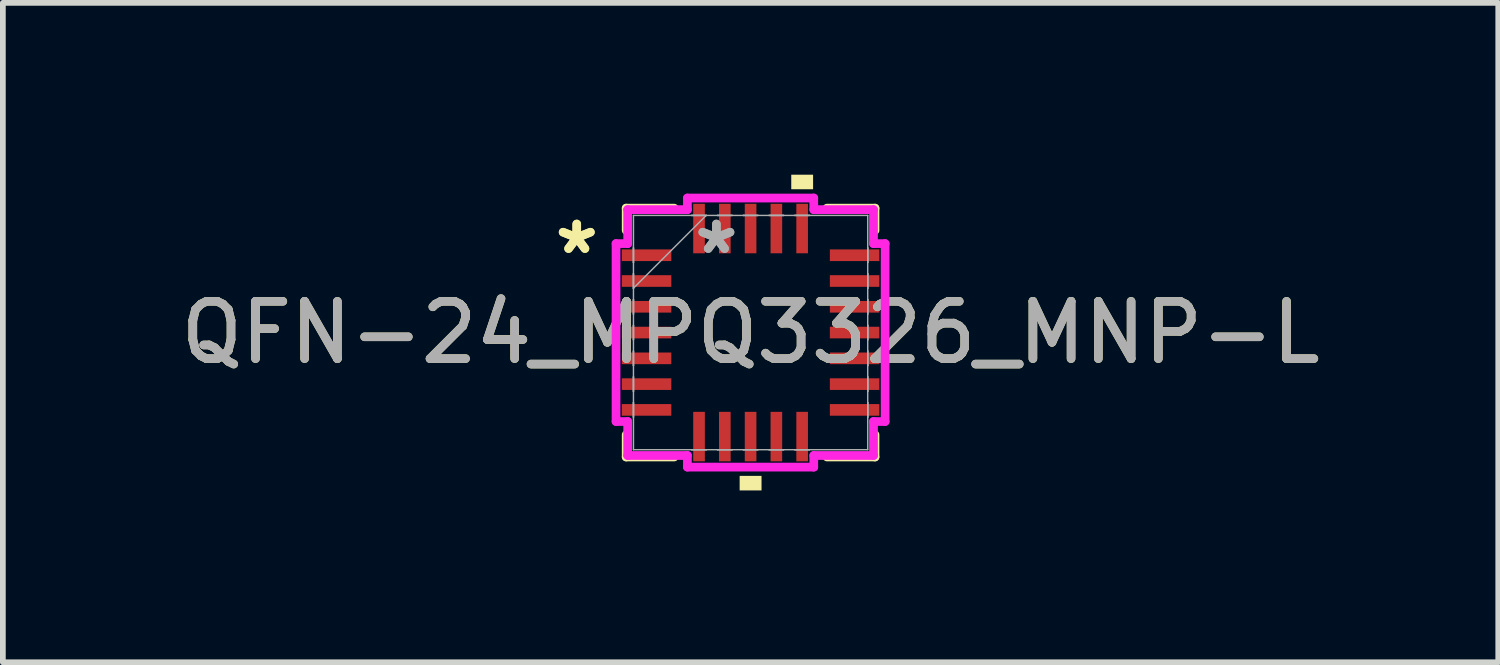
<source format=kicad_pcb>
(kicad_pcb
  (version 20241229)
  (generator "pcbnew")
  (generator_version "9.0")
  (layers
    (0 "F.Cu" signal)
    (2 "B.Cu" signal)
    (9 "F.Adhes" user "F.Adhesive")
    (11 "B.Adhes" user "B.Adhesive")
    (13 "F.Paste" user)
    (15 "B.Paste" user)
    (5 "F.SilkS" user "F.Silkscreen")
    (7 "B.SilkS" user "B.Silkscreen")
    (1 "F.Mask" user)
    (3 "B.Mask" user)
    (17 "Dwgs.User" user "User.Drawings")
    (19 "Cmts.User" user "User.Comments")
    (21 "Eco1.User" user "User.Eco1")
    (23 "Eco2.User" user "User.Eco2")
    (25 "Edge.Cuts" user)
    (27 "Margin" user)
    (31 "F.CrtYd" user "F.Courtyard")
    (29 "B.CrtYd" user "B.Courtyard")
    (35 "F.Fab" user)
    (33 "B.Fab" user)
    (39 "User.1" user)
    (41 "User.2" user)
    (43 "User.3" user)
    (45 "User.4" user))
  (footprint "QFN-24_MPQ3326_MNP-L"
    (layer "F.Cu")
    (at 10.054 2.756)
    (property "Reference" "QFN-24_MPQ3326_MNP-L" (at 0 0 0) (unlocked yes) (layer "F.SilkS") (effects (font (size 1 1) (thickness 0.15))))
    (attr smd)
    (fp_line (start -2.172 -2.172) (end -2.172 -1.784) (stroke (width 0.152) (type solid)) (layer "F.SilkS"))
    (fp_line (start -2.172 1.784) (end -2.172 2.172) (stroke (width 0.152) (type solid)) (layer "F.SilkS"))
    (fp_line (start -2.172 2.172) (end -1.334 2.172) (stroke (width 0.152) (type solid)) (layer "F.SilkS"))
    (fp_line (start -1.334 -2.172) (end -2.172 -2.172) (stroke (width 0.152) (type solid)) (layer "F.SilkS"))
    (fp_line (start 1.334 2.172) (end 2.172 2.172) (stroke (width 0.152) (type solid)) (layer "F.SilkS"))
    (fp_line (start 2.172 -2.172) (end 1.334 -2.172) (stroke (width 0.152) (type solid)) (layer "F.SilkS"))
    (fp_line (start 2.172 -1.784) (end 2.172 -2.172) (stroke (width 0.152) (type solid)) (layer "F.SilkS"))
    (fp_line (start 2.172 2.172) (end 2.172 1.784) (stroke (width 0.152) (type solid)) (layer "F.SilkS"))
    (fp_poly (pts (xy -0.191 2.502) (xy -0.191 2.756) (xy 0.191 2.756) (xy 0.191 2.502)) (stroke (width 0) (type solid)) (fill yes) (layer "F.SilkS"))
    (fp_poly (pts (xy 0.71 -2.502) (xy 0.71 -2.756) (xy 1.091 -2.756) (xy 1.091 -2.502)) (stroke (width 0) (type solid)) (fill yes) (layer "F.SilkS"))
    (fp_line (start -2.349 -1.553) (end -2.146 -1.553) (stroke (width 0.152) (type solid)) (layer "F.CrtYd"))
    (fp_line (start -2.349 1.553) (end -2.349 -1.553) (stroke (width 0.152) (type solid)) (layer "F.CrtYd"))
    (fp_line (start -2.146 -2.146) (end -1.103 -2.146) (stroke (width 0.152) (type solid)) (layer "F.CrtYd"))
    (fp_line (start -2.146 -1.553) (end -2.146 -2.146) (stroke (width 0.152) (type solid)) (layer "F.CrtYd"))
    (fp_line (start -2.146 1.553) (end -2.349 1.553) (stroke (width 0.152) (type solid)) (layer "F.CrtYd"))
    (fp_line (start -2.146 2.146) (end -2.146 1.553) (stroke (width 0.152) (type solid)) (layer "F.CrtYd"))
    (fp_line (start -1.103 -2.349) (end 1.103 -2.349) (stroke (width 0.152) (type solid)) (layer "F.CrtYd"))
    (fp_line (start -1.103 -2.146) (end -1.103 -2.349) (stroke (width 0.152) (type solid)) (layer "F.CrtYd"))
    (fp_line (start -1.103 2.146) (end -2.146 2.146) (stroke (width 0.152) (type solid)) (layer "F.CrtYd"))
    (fp_line (start -1.103 2.349) (end -1.103 2.146) (stroke (width 0.152) (type solid)) (layer "F.CrtYd"))
    (fp_line (start 1.103 -2.349) (end 1.103 -2.146) (stroke (width 0.152) (type solid)) (layer "F.CrtYd"))
    (fp_line (start 1.103 -2.146) (end 2.146 -2.146) (stroke (width 0.152) (type solid)) (layer "F.CrtYd"))
    (fp_line (start 1.103 2.146) (end 1.103 2.349) (stroke (width 0.152) (type solid)) (layer "F.CrtYd"))
    (fp_line (start 1.103 2.349) (end -1.103 2.349) (stroke (width 0.152) (type solid)) (layer "F.CrtYd"))
    (fp_line (start 2.146 -2.146) (end 2.146 -1.553) (stroke (width 0.152) (type solid)) (layer "F.CrtYd"))
    (fp_line (start 2.146 -1.553) (end 2.349 -1.553) (stroke (width 0.152) (type solid)) (layer "F.CrtYd"))
    (fp_line (start 2.146 1.553) (end 2.146 2.146) (stroke (width 0.152) (type solid)) (layer "F.CrtYd"))
    (fp_line (start 2.146 2.146) (end 1.103 2.146) (stroke (width 0.152) (type solid)) (layer "F.CrtYd"))
    (fp_line (start 2.349 -1.553) (end 2.349 1.553) (stroke (width 0.152) (type solid)) (layer "F.CrtYd"))
    (fp_line (start 2.349 1.553) (end 2.146 1.553) (stroke (width 0.152) (type solid)) (layer "F.CrtYd"))
    (fp_line (start -2.045 -2.045) (end -2.045 2.045) (stroke (width 0.025) (type solid)) (layer "F.Fab"))
    (fp_line (start -2.045 -1.477) (end -2.045 -1.477) (stroke (width 0.025) (type solid)) (layer "F.Fab"))
    (fp_line (start -2.045 -1.477) (end -2.045 -1.223) (stroke (width 0.025) (type solid)) (layer "F.Fab"))
    (fp_line (start -2.045 -1.223) (end -2.045 -1.477) (stroke (width 0.025) (type solid)) (layer "F.Fab"))
    (fp_line (start -2.045 -1.223) (end -2.045 -1.223) (stroke (width 0.025) (type solid)) (layer "F.Fab"))
    (fp_line (start -2.045 -1.027) (end -2.045 -1.027) (stroke (width 0.025) (type solid)) (layer "F.Fab"))
    (fp_line (start -2.045 -1.027) (end -2.045 -0.773) (stroke (width 0.025) (type solid)) (layer "F.Fab"))
    (fp_line (start -2.045 -0.775) (end -0.775 -2.045) (stroke (width 0.025) (type solid)) (layer "F.Fab"))
    (fp_line (start -2.045 -0.773) (end -2.045 -1.027) (stroke (width 0.025) (type solid)) (layer "F.Fab"))
    (fp_line (start -2.045 -0.773) (end -2.045 -0.773) (stroke (width 0.025) (type solid)) (layer "F.Fab"))
    (fp_line (start -2.045 -0.577) (end -2.045 -0.577) (stroke (width 0.025) (type solid)) (layer "F.Fab"))
    (fp_line (start -2.045 -0.577) (end -2.045 -0.323) (stroke (width 0.025) (type solid)) (layer "F.Fab"))
    (fp_line (start -2.045 -0.323) (end -2.045 -0.577) (stroke (width 0.025) (type solid)) (layer "F.Fab"))
    (fp_line (start -2.045 -0.323) (end -2.045 -0.323) (stroke (width 0.025) (type solid)) (layer "F.Fab"))
    (fp_line (start -2.045 -0.127) (end -2.045 -0.127) (stroke (width 0.025) (type solid)) (layer "F.Fab"))
    (fp_line (start -2.045 -0.127) (end -2.045 0.127) (stroke (width 0.025) (type solid)) (layer "F.Fab"))
    (fp_line (start -2.045 0.127) (end -2.045 -0.127) (stroke (width 0.025) (type solid)) (layer "F.Fab"))
    (fp_line (start -2.045 0.127) (end -2.045 0.127) (stroke (width 0.025) (type solid)) (layer "F.Fab"))
    (fp_line (start -2.045 0.323) (end -2.045 0.323) (stroke (width 0.025) (type solid)) (layer "F.Fab"))
    (fp_line (start -2.045 0.323) (end -2.045 0.577) (stroke (width 0.025) (type solid)) (layer "F.Fab"))
    (fp_line (start -2.045 0.577) (end -2.045 0.323) (stroke (width 0.025) (type solid)) (layer "F.Fab"))
    (fp_line (start -2.045 0.577) (end -2.045 0.577) (stroke (width 0.025) (type solid)) (layer "F.Fab"))
    (fp_line (start -2.045 0.773) (end -2.045 0.773) (stroke (width 0.025) (type solid)) (layer "F.Fab"))
    (fp_line (start -2.045 0.773) (end -2.045 1.027) (stroke (width 0.025) (type solid)) (layer "F.Fab"))
    (fp_line (start -2.045 1.027) (end -2.045 0.773) (stroke (width 0.025) (type solid)) (layer "F.Fab"))
    (fp_line (start -2.045 1.027) (end -2.045 1.027) (stroke (width 0.025) (type solid)) (layer "F.Fab"))
    (fp_line (start -2.045 1.223) (end -2.045 1.223) (stroke (width 0.025) (type solid)) (layer "F.Fab"))
    (fp_line (start -2.045 1.223) (end -2.045 1.477) (stroke (width 0.025) (type solid)) (layer "F.Fab"))
    (fp_line (start -2.045 1.477) (end -2.045 1.223) (stroke (width 0.025) (type solid)) (layer "F.Fab"))
    (fp_line (start -2.045 1.477) (end -2.045 1.477) (stroke (width 0.025) (type solid)) (layer "F.Fab"))
    (fp_line (start -2.045 2.045) (end 2.045 2.045) (stroke (width 0.025) (type solid)) (layer "F.Fab"))
    (fp_line (start -1.027 -2.045) (end -1.027 -2.045) (stroke (width 0.025) (type solid)) (layer "F.Fab"))
    (fp_line (start -1.027 -2.045) (end -0.773 -2.045) (stroke (width 0.025) (type solid)) (layer "F.Fab"))
    (fp_line (start -1.027 2.045) (end -1.027 2.045) (stroke (width 0.025) (type solid)) (layer "F.Fab"))
    (fp_line (start -1.027 2.045) (end -0.773 2.045) (stroke (width 0.025) (type solid)) (layer "F.Fab"))
    (fp_line (start -0.773 -2.045) (end -1.027 -2.045) (stroke (width 0.025) (type solid)) (layer "F.Fab"))
    (fp_line (start -0.773 -2.045) (end -0.773 -2.045) (stroke (width 0.025) (type solid)) (layer "F.Fab"))
    (fp_line (start -0.773 2.045) (end -1.027 2.045) (stroke (width 0.025) (type solid)) (layer "F.Fab"))
    (fp_line (start -0.773 2.045) (end -0.773 2.045) (stroke (width 0.025) (type solid)) (layer "F.Fab"))
    (fp_line (start -0.577 -2.045) (end -0.577 -2.045) (stroke (width 0.025) (type solid)) (layer "F.Fab"))
    (fp_line (start -0.577 -2.045) (end -0.323 -2.045) (stroke (width 0.025) (type solid)) (layer "F.Fab"))
    (fp_line (start -0.577 2.045) (end -0.577 2.045) (stroke (width 0.025) (type solid)) (layer "F.Fab"))
    (fp_line (start -0.577 2.045) (end -0.323 2.045) (stroke (width 0.025) (type solid)) (layer "F.Fab"))
    (fp_line (start -0.323 -2.045) (end -0.577 -2.045) (stroke (width 0.025) (type solid)) (layer "F.Fab"))
    (fp_line (start -0.323 -2.045) (end -0.323 -2.045) (stroke (width 0.025) (type solid)) (layer "F.Fab"))
    (fp_line (start -0.323 2.045) (end -0.577 2.045) (stroke (width 0.025) (type solid)) (layer "F.Fab"))
    (fp_line (start -0.323 2.045) (end -0.323 2.045) (stroke (width 0.025) (type solid)) (layer "F.Fab"))
    (fp_line (start -0.127 -2.045) (end -0.127 -2.045) (stroke (width 0.025) (type solid)) (layer "F.Fab"))
    (fp_line (start -0.127 -2.045) (end 0.127 -2.045) (stroke (width 0.025) (type solid)) (layer "F.Fab"))
    (fp_line (start -0.127 2.045) (end -0.127 2.045) (stroke (width 0.025) (type solid)) (layer "F.Fab"))
    (fp_line (start -0.127 2.045) (end 0.127 2.045) (stroke (width 0.025) (type solid)) (layer "F.Fab"))
    (fp_line (start 0.127 -2.045) (end -0.127 -2.045) (stroke (width 0.025) (type solid)) (layer "F.Fab"))
    (fp_line (start 0.127 -2.045) (end 0.127 -2.045) (stroke (width 0.025) (type solid)) (layer "F.Fab"))
    (fp_line (start 0.127 2.045) (end -0.127 2.045) (stroke (width 0.025) (type solid)) (layer "F.Fab"))
    (fp_line (start 0.127 2.045) (end 0.127 2.045) (stroke (width 0.025) (type solid)) (layer "F.Fab"))
    (fp_line (start 0.323 -2.045) (end 0.323 -2.045) (stroke (width 0.025) (type solid)) (layer "F.Fab"))
    (fp_line (start 0.323 -2.045) (end 0.577 -2.045) (stroke (width 0.025) (type solid)) (layer "F.Fab"))
    (fp_line (start 0.323 2.045) (end 0.323 2.045) (stroke (width 0.025) (type solid)) (layer "F.Fab"))
    (fp_line (start 0.323 2.045) (end 0.577 2.045) (stroke (width 0.025) (type solid)) (layer "F.Fab"))
    (fp_line (start 0.577 -2.045) (end 0.323 -2.045) (stroke (width 0.025) (type solid)) (layer "F.Fab"))
    (fp_line (start 0.577 -2.045) (end 0.577 -2.045) (stroke (width 0.025) (type solid)) (layer "F.Fab"))
    (fp_line (start 0.577 2.045) (end 0.323 2.045) (stroke (width 0.025) (type solid)) (layer "F.Fab"))
    (fp_line (start 0.577 2.045) (end 0.577 2.045) (stroke (width 0.025) (type solid)) (layer "F.Fab"))
    (fp_line (start 0.773 -2.045) (end 0.773 -2.045) (stroke (width 0.025) (type solid)) (layer "F.Fab"))
    (fp_line (start 0.773 -2.045) (end 1.027 -2.045) (stroke (width 0.025) (type solid)) (layer "F.Fab"))
    (fp_line (start 0.773 2.045) (end 0.773 2.045) (stroke (width 0.025) (type solid)) (layer "F.Fab"))
    (fp_line (start 0.773 2.045) (end 1.027 2.045) (stroke (width 0.025) (type solid)) (layer "F.Fab"))
    (fp_line (start 1.027 -2.045) (end 0.773 -2.045) (stroke (width 0.025) (type solid)) (layer "F.Fab"))
    (fp_line (start 1.027 -2.045) (end 1.027 -2.045) (stroke (width 0.025) (type solid)) (layer "F.Fab"))
    (fp_line (start 1.027 2.045) (end 0.773 2.045) (stroke (width 0.025) (type solid)) (layer "F.Fab"))
    (fp_line (start 1.027 2.045) (end 1.027 2.045) (stroke (width 0.025) (type solid)) (layer "F.Fab"))
    (fp_line (start 2.045 -2.045) (end -2.045 -2.045) (stroke (width 0.025) (type solid)) (layer "F.Fab"))
    (fp_line (start 2.045 -1.477) (end 2.045 -1.477) (stroke (width 0.025) (type solid)) (layer "F.Fab"))
    (fp_line (start 2.045 -1.477) (end 2.045 -1.223) (stroke (width 0.025) (type solid)) (layer "F.Fab"))
    (fp_line (start 2.045 -1.223) (end 2.045 -1.477) (stroke (width 0.025) (type solid)) (layer "F.Fab"))
    (fp_line (start 2.045 -1.223) (end 2.045 -1.223) (stroke (width 0.025) (type solid)) (layer "F.Fab"))
    (fp_line (start 2.045 -1.027) (end 2.045 -1.027) (stroke (width 0.025) (type solid)) (layer "F.Fab"))
    (fp_line (start 2.045 -1.027) (end 2.045 -0.773) (stroke (width 0.025) (type solid)) (layer "F.Fab"))
    (fp_line (start 2.045 -0.773) (end 2.045 -1.027) (stroke (width 0.025) (type solid)) (layer "F.Fab"))
    (fp_line (start 2.045 -0.773) (end 2.045 -0.773) (stroke (width 0.025) (type solid)) (layer "F.Fab"))
    (fp_line (start 2.045 -0.577) (end 2.045 -0.577) (stroke (width 0.025) (type solid)) (layer "F.Fab"))
    (fp_line (start 2.045 -0.577) (end 2.045 -0.323) (stroke (width 0.025) (type solid)) (layer "F.Fab"))
    (fp_line (start 2.045 -0.323) (end 2.045 -0.577) (stroke (width 0.025) (type solid)) (layer "F.Fab"))
    (fp_line (start 2.045 -0.323) (end 2.045 -0.323) (stroke (width 0.025) (type solid)) (layer "F.Fab"))
    (fp_line (start 2.045 -0.127) (end 2.045 -0.127) (stroke (width 0.025) (type solid)) (layer "F.Fab"))
    (fp_line (start 2.045 -0.127) (end 2.045 0.127) (stroke (width 0.025) (type solid)) (layer "F.Fab"))
    (fp_line (start 2.045 0.127) (end 2.045 -0.127) (stroke (width 0.025) (type solid)) (layer "F.Fab"))
    (fp_line (start 2.045 0.127) (end 2.045 0.127) (stroke (width 0.025) (type solid)) (layer "F.Fab"))
    (fp_line (start 2.045 0.323) (end 2.045 0.323) (stroke (width 0.025) (type solid)) (layer "F.Fab"))
    (fp_line (start 2.045 0.323) (end 2.045 0.577) (stroke (width 0.025) (type solid)) (layer "F.Fab"))
    (fp_line (start 2.045 0.577) (end 2.045 0.323) (stroke (width 0.025) (type solid)) (layer "F.Fab"))
    (fp_line (start 2.045 0.577) (end 2.045 0.577) (stroke (width 0.025) (type solid)) (layer "F.Fab"))
    (fp_line (start 2.045 0.773) (end 2.045 0.773) (stroke (width 0.025) (type solid)) (layer "F.Fab"))
    (fp_line (start 2.045 0.773) (end 2.045 1.027) (stroke (width 0.025) (type solid)) (layer "F.Fab"))
    (fp_line (start 2.045 1.027) (end 2.045 0.773) (stroke (width 0.025) (type solid)) (layer "F.Fab"))
    (fp_line (start 2.045 1.027) (end 2.045 1.027) (stroke (width 0.025) (type solid)) (layer "F.Fab"))
    (fp_line (start 2.045 1.223) (end 2.045 1.223) (stroke (width 0.025) (type solid)) (layer "F.Fab"))
    (fp_line (start 2.045 1.223) (end 2.045 1.477) (stroke (width 0.025) (type solid)) (layer "F.Fab"))
    (fp_line (start 2.045 1.477) (end 2.045 1.223) (stroke (width 0.025) (type solid)) (layer "F.Fab"))
    (fp_line (start 2.045 1.477) (end 2.045 1.477) (stroke (width 0.025) (type solid)) (layer "F.Fab"))
    (fp_line (start 2.045 2.045) (end 2.045 -2.045) (stroke (width 0.025) (type solid)) (layer "F.Fab"))
    (fp_text user "*" (at -3.035 -1.35 0) (layer "F.SilkS") (effects (font (size 1 1) (thickness 0.15))))
    (fp_text user "*" (at -3.035 -1.35 0) (unlocked yes) (layer "F.SilkS") (effects (font (size 1 1) (thickness 0.15))))
    (fp_text user "*" (at -0.597 -1.35 0) (layer "F.Fab") (effects (font (size 1 1) (thickness 0.15))))
    (fp_text user "${REFERENCE}" (at 0 0 0) (unlocked yes) (layer "F.Fab") (effects (font (size 1 1) (thickness 0.15))))
    (fp_text user "*" (at -0.597 -1.35 0) (unlocked yes) (layer "F.Fab") (effects (font (size 1 1) (thickness 0.15))))
    (pad "1" smd rect (at -1.816 -1.35 90) (size 0.203 0.864) (layers "F.Cu" "F.Mask" "F.Paste"))
    (pad "2" smd rect (at -1.816 -0.9 90) (size 0.203 0.864) (layers "F.Cu" "F.Mask" "F.Paste"))
    (pad "3" smd rect (at -1.816 -0.45 90) (size 0.203 0.864) (layers "F.Cu" "F.Mask" "F.Paste"))
    (pad "4" smd rect (at -1.816 0 90) (size 0.203 0.864) (layers "F.Cu" "F.Mask" "F.Paste"))
    (pad "5" smd rect (at -1.816 0.45 90) (size 0.203 0.864) (layers "F.Cu" "F.Mask" "F.Paste"))
    (pad "6" smd rect (at -1.816 0.9 90) (size 0.203 0.864) (layers "F.Cu" "F.Mask" "F.Paste"))
    (pad "7" smd rect (at -1.816 1.35 90) (size 0.203 0.864) (layers "F.Cu" "F.Mask" "F.Paste"))
    (pad "8" smd rect (at -0.9 1.816) (size 0.203 0.864) (layers "F.Cu" "F.Mask" "F.Paste"))
    (pad "9" smd rect (at -0.45 1.816) (size 0.203 0.864) (layers "F.Cu" "F.Mask" "F.Paste"))
    (pad "10" smd rect (at 0 1.816) (size 0.203 0.864) (layers "F.Cu" "F.Mask" "F.Paste"))
    (pad "11" smd rect (at 0.45 1.816) (size 0.203 0.864) (layers "F.Cu" "F.Mask" "F.Paste"))
    (pad "12" smd rect (at 0.9 1.816) (size 0.203 0.864) (layers "F.Cu" "F.Mask" "F.Paste"))
    (pad "13" smd rect (at 1.816 1.35 90) (size 0.203 0.864) (layers "F.Cu" "F.Mask" "F.Paste"))
    (pad "14" smd rect (at 1.816 0.9 90) (size 0.203 0.864) (layers "F.Cu" "F.Mask" "F.Paste"))
    (pad "15" smd rect (at 1.816 0.45 90) (size 0.203 0.864) (layers "F.Cu" "F.Mask" "F.Paste"))
    (pad "16" smd rect (at 1.816 0 90) (size 0.203 0.864) (layers "F.Cu" "F.Mask" "F.Paste"))
    (pad "17" smd rect (at 1.816 -0.45 90) (size 0.203 0.864) (layers "F.Cu" "F.Mask" "F.Paste"))
    (pad "18" smd rect (at 1.816 -0.9 90) (size 0.203 0.864) (layers "F.Cu" "F.Mask" "F.Paste"))
    (pad "19" smd rect (at 1.816 -1.35 90) (size 0.203 0.864) (layers "F.Cu" "F.Mask" "F.Paste"))
    (pad "20" smd rect (at 0.9 -1.816) (size 0.203 0.864) (layers "F.Cu" "F.Mask" "F.Paste"))
    (pad "21" smd rect (at 0.45 -1.816) (size 0.203 0.864) (layers "F.Cu" "F.Mask" "F.Paste"))
    (pad "22" smd rect (at 0 -1.816) (size 0.203 0.864) (layers "F.Cu" "F.Mask" "F.Paste"))
    (pad "23" smd rect (at -0.45 -1.816) (size 0.203 0.864) (layers "F.Cu" "F.Mask" "F.Paste"))
    (pad "24" smd rect (at -0.9 -1.816) (size 0.203 0.864) (layers "F.Cu" "F.Mask" "F.Paste")))
  (gr_rect
    (start -3 -3)
    (end 23.107 8.512)
    (stroke (width 0.1) (type default))
    (fill no)
    (layer "Edge.Cuts")))
</source>
